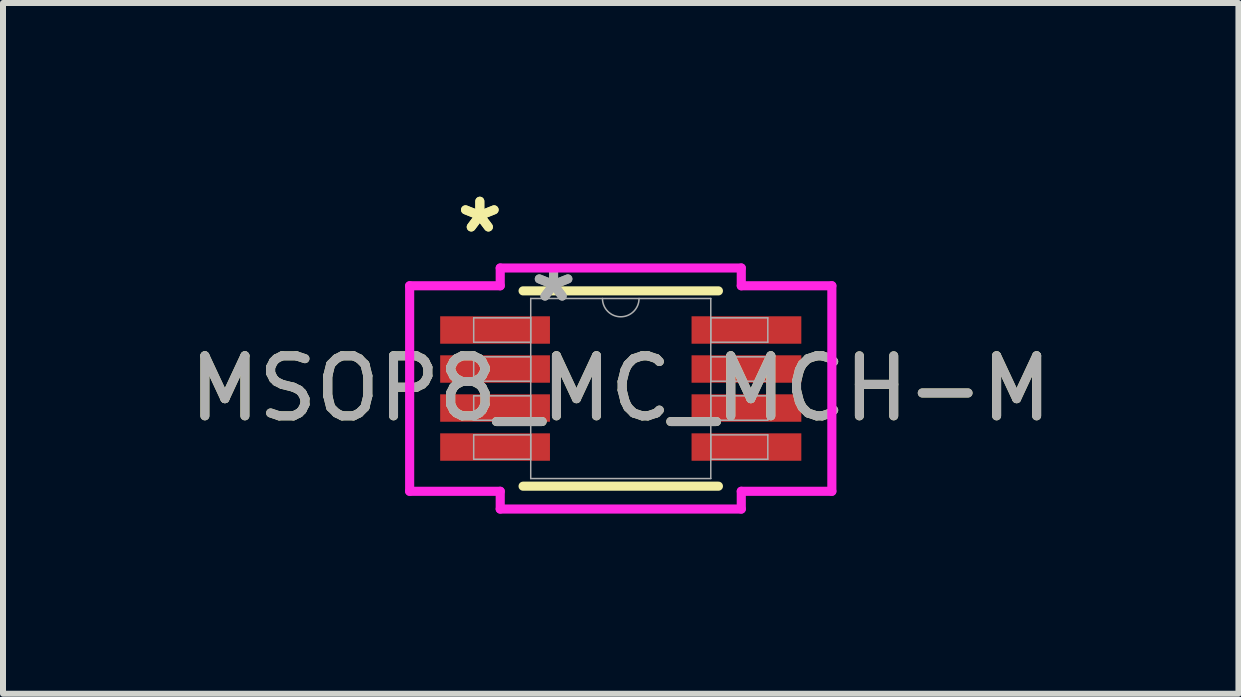
<source format=kicad_pcb>
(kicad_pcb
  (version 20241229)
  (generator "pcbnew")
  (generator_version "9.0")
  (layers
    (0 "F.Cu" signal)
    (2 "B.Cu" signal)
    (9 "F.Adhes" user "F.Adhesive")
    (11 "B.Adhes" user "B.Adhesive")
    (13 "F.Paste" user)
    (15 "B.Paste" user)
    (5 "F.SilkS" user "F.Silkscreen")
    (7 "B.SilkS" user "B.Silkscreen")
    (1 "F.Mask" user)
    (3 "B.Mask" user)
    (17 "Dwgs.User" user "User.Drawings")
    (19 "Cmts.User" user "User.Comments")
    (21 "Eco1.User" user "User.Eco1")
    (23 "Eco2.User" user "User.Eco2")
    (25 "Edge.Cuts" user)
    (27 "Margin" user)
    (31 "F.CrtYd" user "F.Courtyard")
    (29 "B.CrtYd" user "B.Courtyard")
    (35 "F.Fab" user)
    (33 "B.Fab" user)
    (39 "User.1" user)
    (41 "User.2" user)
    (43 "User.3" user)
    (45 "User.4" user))
  (footprint "MSOP8_MC_MCH-M"
    (layer "F.Cu")
    (at 7.292 3.423)
    (property "Reference" "MSOP8_MC_MCH-M" (at 0 0 0) (unlocked yes) (layer "F.SilkS") (effects (font (size 1 1) (thickness 0.15))))
    (attr smd)
    (fp_line (start -1.627 1.627) (end 1.627 1.627) (stroke (width 0.152) (type solid)) (layer "F.SilkS"))
    (fp_line (start 1.627 -1.627) (end -1.627 -1.627) (stroke (width 0.152) (type solid)) (layer "F.SilkS"))
    (fp_line (start -3.517 -1.712) (end -2.008 -1.712) (stroke (width 0.152) (type solid)) (layer "F.CrtYd"))
    (fp_line (start -3.517 1.712) (end -3.517 -1.712) (stroke (width 0.152) (type solid)) (layer "F.CrtYd"))
    (fp_line (start -3.517 1.712) (end -2.008 1.712) (stroke (width 0.152) (type solid)) (layer "F.CrtYd"))
    (fp_line (start -2.008 -2.008) (end 2.008 -2.008) (stroke (width 0.152) (type solid)) (layer "F.CrtYd"))
    (fp_line (start -2.008 -1.712) (end -2.008 -2.008) (stroke (width 0.152) (type solid)) (layer "F.CrtYd"))
    (fp_line (start -2.008 2.008) (end -2.008 1.712) (stroke (width 0.152) (type solid)) (layer "F.CrtYd"))
    (fp_line (start 2.008 -2.008) (end 2.008 -1.712) (stroke (width 0.152) (type solid)) (layer "F.CrtYd"))
    (fp_line (start 2.008 1.712) (end 2.008 2.008) (stroke (width 0.152) (type solid)) (layer "F.CrtYd"))
    (fp_line (start 2.008 2.008) (end -2.008 2.008) (stroke (width 0.152) (type solid)) (layer "F.CrtYd"))
    (fp_line (start 3.517 -1.712) (end 2.008 -1.712) (stroke (width 0.152) (type solid)) (layer "F.CrtYd"))
    (fp_line (start 3.517 -1.712) (end 3.517 1.712) (stroke (width 0.152) (type solid)) (layer "F.CrtYd"))
    (fp_line (start 3.517 1.712) (end 2.008 1.712) (stroke (width 0.152) (type solid)) (layer "F.CrtYd"))
    (fp_line (start -2.45 -1.178) (end -2.45 -0.772) (stroke (width 0.025) (type solid)) (layer "F.Fab"))
    (fp_line (start -2.45 -0.772) (end -1.5 -0.772) (stroke (width 0.025) (type solid)) (layer "F.Fab"))
    (fp_line (start -2.45 -0.528) (end -2.45 -0.122) (stroke (width 0.025) (type solid)) (layer "F.Fab"))
    (fp_line (start -2.45 -0.122) (end -1.5 -0.122) (stroke (width 0.025) (type solid)) (layer "F.Fab"))
    (fp_line (start -2.45 0.122) (end -2.45 0.528) (stroke (width 0.025) (type solid)) (layer "F.Fab"))
    (fp_line (start -2.45 0.528) (end -1.5 0.528) (stroke (width 0.025) (type solid)) (layer "F.Fab"))
    (fp_line (start -2.45 0.772) (end -2.45 1.178) (stroke (width 0.025) (type solid)) (layer "F.Fab"))
    (fp_line (start -2.45 1.178) (end -1.5 1.178) (stroke (width 0.025) (type solid)) (layer "F.Fab"))
    (fp_line (start -1.5 -1.5) (end -1.5 1.5) (stroke (width 0.025) (type solid)) (layer "F.Fab"))
    (fp_line (start -1.5 -1.178) (end -2.45 -1.178) (stroke (width 0.025) (type solid)) (layer "F.Fab"))
    (fp_line (start -1.5 -0.772) (end -1.5 -1.178) (stroke (width 0.025) (type solid)) (layer "F.Fab"))
    (fp_line (start -1.5 -0.528) (end -2.45 -0.528) (stroke (width 0.025) (type solid)) (layer "F.Fab"))
    (fp_line (start -1.5 -0.122) (end -1.5 -0.528) (stroke (width 0.025) (type solid)) (layer "F.Fab"))
    (fp_line (start -1.5 0.122) (end -2.45 0.122) (stroke (width 0.025) (type solid)) (layer "F.Fab"))
    (fp_line (start -1.5 0.528) (end -1.5 0.122) (stroke (width 0.025) (type solid)) (layer "F.Fab"))
    (fp_line (start -1.5 0.772) (end -2.45 0.772) (stroke (width 0.025) (type solid)) (layer "F.Fab"))
    (fp_line (start -1.5 1.178) (end -1.5 0.772) (stroke (width 0.025) (type solid)) (layer "F.Fab"))
    (fp_line (start -1.5 1.5) (end 1.5 1.5) (stroke (width 0.025) (type solid)) (layer "F.Fab"))
    (fp_line (start 1.5 -1.5) (end -1.5 -1.5) (stroke (width 0.025) (type solid)) (layer "F.Fab"))
    (fp_line (start 1.5 -1.178) (end 1.5 -0.772) (stroke (width 0.025) (type solid)) (layer "F.Fab"))
    (fp_line (start 1.5 -0.772) (end 2.45 -0.772) (stroke (width 0.025) (type solid)) (layer "F.Fab"))
    (fp_line (start 1.5 -0.528) (end 1.5 -0.122) (stroke (width 0.025) (type solid)) (layer "F.Fab"))
    (fp_line (start 1.5 -0.122) (end 2.45 -0.122) (stroke (width 0.025) (type solid)) (layer "F.Fab"))
    (fp_line (start 1.5 0.122) (end 1.5 0.528) (stroke (width 0.025) (type solid)) (layer "F.Fab"))
    (fp_line (start 1.5 0.528) (end 2.45 0.528) (stroke (width 0.025) (type solid)) (layer "F.Fab"))
    (fp_line (start 1.5 0.772) (end 1.5 1.178) (stroke (width 0.025) (type solid)) (layer "F.Fab"))
    (fp_line (start 1.5 1.178) (end 2.45 1.178) (stroke (width 0.025) (type solid)) (layer "F.Fab"))
    (fp_line (start 1.5 1.5) (end 1.5 -1.5) (stroke (width 0.025) (type solid)) (layer "F.Fab"))
    (fp_line (start 2.45 -1.178) (end 1.5 -1.178) (stroke (width 0.025) (type solid)) (layer "F.Fab"))
    (fp_line (start 2.45 -0.772) (end 2.45 -1.178) (stroke (width 0.025) (type solid)) (layer "F.Fab"))
    (fp_line (start 2.45 -0.528) (end 1.5 -0.528) (stroke (width 0.025) (type solid)) (layer "F.Fab"))
    (fp_line (start 2.45 -0.122) (end 2.45 -0.528) (stroke (width 0.025) (type solid)) (layer "F.Fab"))
    (fp_line (start 2.45 0.122) (end 1.5 0.122) (stroke (width 0.025) (type solid)) (layer "F.Fab"))
    (fp_line (start 2.45 0.528) (end 2.45 0.122) (stroke (width 0.025) (type solid)) (layer "F.Fab"))
    (fp_line (start 2.45 0.772) (end 1.5 0.772) (stroke (width 0.025) (type solid)) (layer "F.Fab"))
    (fp_line (start 2.45 1.178) (end 2.45 0.772) (stroke (width 0.025) (type solid)) (layer "F.Fab"))
    (fp_arc (start 0.3048 -1.5) (mid 0 -1.1952) (end -0.3048 -1.5) (stroke (width 0.0254) (type solid)) (layer "F.Fab"))
    (fp_text user "*" (at -2.348 -2.575 0) (layer "F.SilkS") (effects (font (size 1 1) (thickness 0.15))))
    (fp_text user "*" (at -2.348 -2.575 0) (unlocked yes) (layer "F.SilkS") (effects (font (size 1 1) (thickness 0.15))))
    (fp_text user "*" (at -1.119 -1.424 0) (unlocked yes) (layer "F.Fab") (effects (font (size 1 1) (thickness 0.15))))
    (fp_text user "*" (at -1.119 -1.424 0) (layer "F.Fab") (effects (font (size 1 1) (thickness 0.15))))
    (fp_text user "${REFERENCE}" (at 0 0 0) (unlocked yes) (layer "F.Fab") (effects (font (size 1 1) (thickness 0.15))))
    (pad "1" smd rect (at -2.094 -0.975) (size 1.829 0.457) (layers "F.Cu" "F.Mask" "F.Paste"))
    (pad "2" smd rect (at -2.094 -0.325) (size 1.829 0.457) (layers "F.Cu" "F.Mask" "F.Paste"))
    (pad "3" smd rect (at -2.094 0.325) (size 1.829 0.457) (layers "F.Cu" "F.Mask" "F.Paste"))
    (pad "4" smd rect (at -2.094 0.975) (size 1.829 0.457) (layers "F.Cu" "F.Mask" "F.Paste"))
    (pad "5" smd rect (at 2.094 0.975) (size 1.829 0.457) (layers "F.Cu" "F.Mask" "F.Paste"))
    (pad "6" smd rect (at 2.094 0.325) (size 1.829 0.457) (layers "F.Cu" "F.Mask" "F.Paste"))
    (pad "7" smd rect (at 2.094 -0.325) (size 1.829 0.457) (layers "F.Cu" "F.Mask" "F.Paste"))
    (pad "8" smd rect (at 2.094 -0.975) (size 1.829 0.457) (layers "F.Cu" "F.Mask" "F.Paste")))
  (gr_rect
    (start -3 -3)
    (end 17.583 8.508)
    (stroke (width 0.1) (type default))
    (fill no)
    (layer "Edge.Cuts")))
</source>
